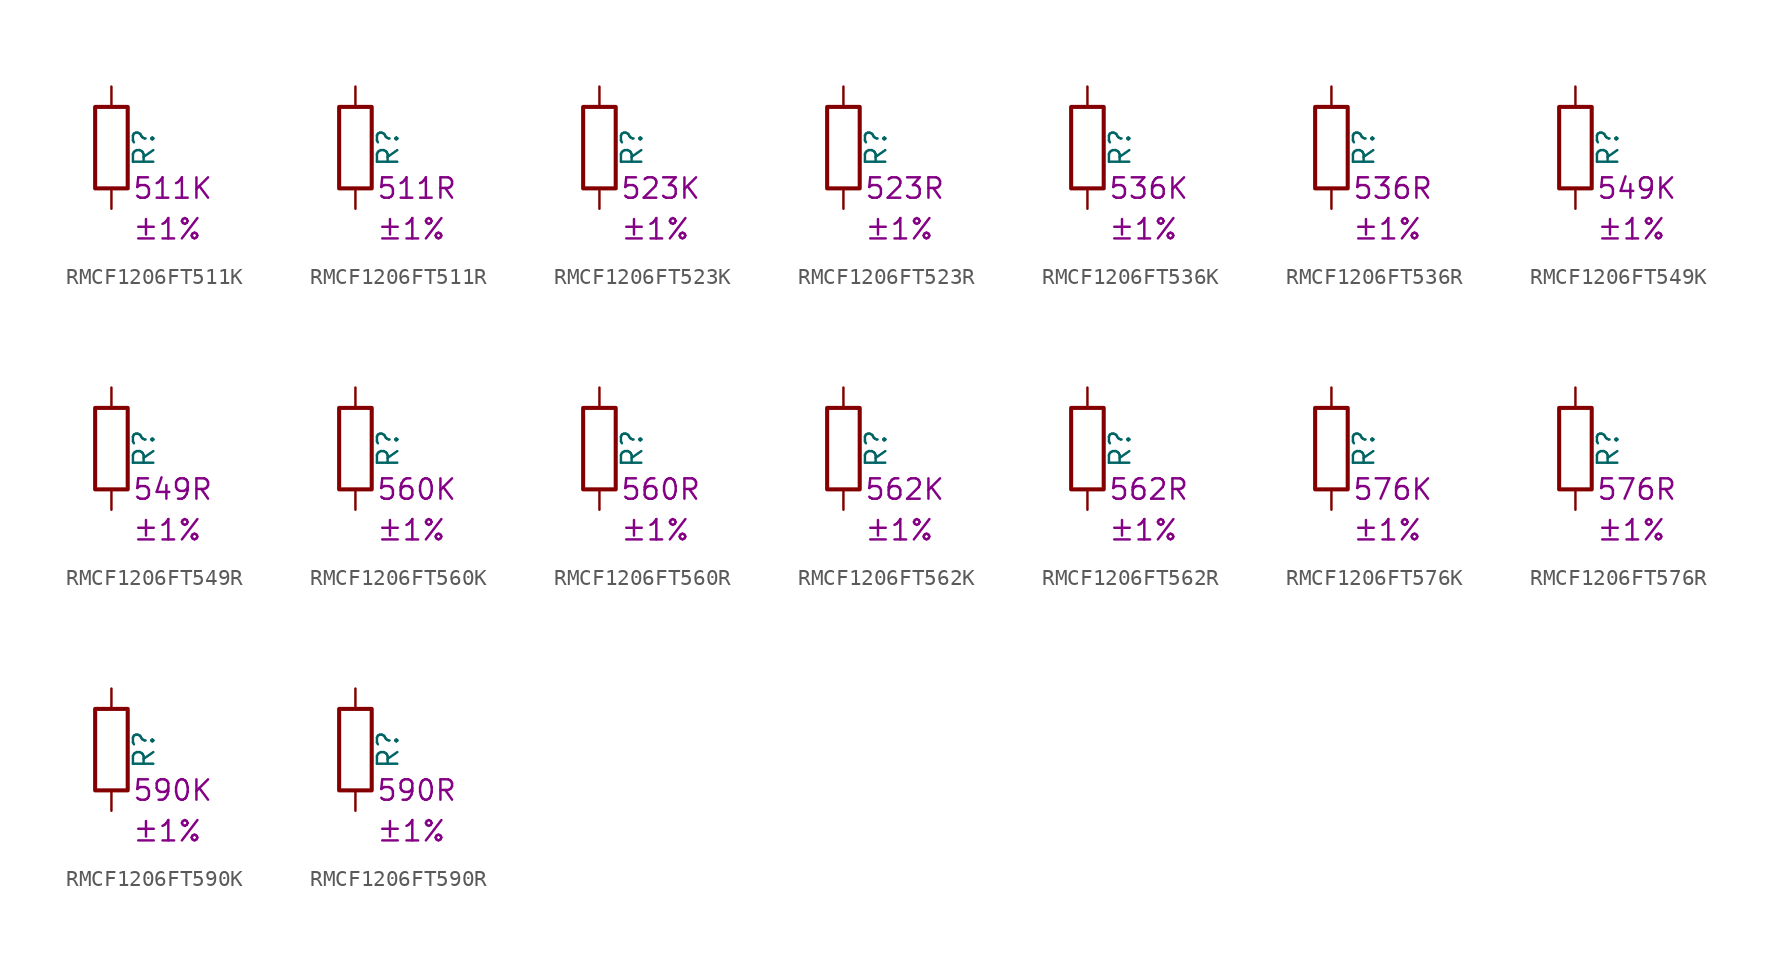
<source format=kicad_sym>
(kicad_symbol_lib
  (version 20220914)
  (generator kicad_symbol_editor)
  (symbol "RMCF1206FT511K"
    (pin_numbers hide)
    (pin_names
      (offset 0))
    (property "Reference" "R"
      (at 2.032 0 90)
      (effects (font (size 1.27 1.27))))
    (property "Resistance" "511K"
      (at 1.27 -2.54 0)
      (effects (font (size 1.27 1.27)) (justify left)))
    (property "Tolerance" "±1%"
      (at 1.27 -5.08 0)
      (effects (font (size 1.27 1.27)) (justify left)))
    (symbol "RMCF1206FT511K_0_1"
      (rectangle (start -1.016 -2.54) (end 1.016 2.54) (stroke (width 0.254) (type default)) (fill (type none))))
    (symbol "RMCF1206FT511K_1_1"
      (pin passive line (at 0 3.81 270) (length 1.27) (name "~" (effects (font (size 1.27 1.27)))) (number "1" (effects (font (size 1.27 1.27)))))
      (pin passive line (at 0 -3.81 90) (length 1.27) (name "~" (effects (font (size 1.27 1.27)))) (number "2" (effects (font (size 1.27 1.27)))))))
  (symbol "RMCF1206FT511R"
    (pin_numbers hide)
    (pin_names
      (offset 0))
    (property "Reference" "R"
      (at 2.032 0 90)
      (effects (font (size 1.27 1.27))))
    (property "Resistance" "511R"
      (at 1.27 -2.54 0)
      (effects (font (size 1.27 1.27)) (justify left)))
    (property "Tolerance" "±1%"
      (at 1.27 -5.08 0)
      (effects (font (size 1.27 1.27)) (justify left)))
    (symbol "RMCF1206FT511R_0_1"
      (rectangle (start -1.016 -2.54) (end 1.016 2.54) (stroke (width 0.254) (type default)) (fill (type none))))
    (symbol "RMCF1206FT511R_1_1"
      (pin passive line (at 0 3.81 270) (length 1.27) (name "~" (effects (font (size 1.27 1.27)))) (number "1" (effects (font (size 1.27 1.27)))))
      (pin passive line (at 0 -3.81 90) (length 1.27) (name "~" (effects (font (size 1.27 1.27)))) (number "2" (effects (font (size 1.27 1.27)))))))
  (symbol "RMCF1206FT523K"
    (pin_numbers hide)
    (pin_names
      (offset 0))
    (property "Reference" "R"
      (at 2.032 0 90)
      (effects (font (size 1.27 1.27))))
    (property "Resistance" "523K"
      (at 1.27 -2.54 0)
      (effects (font (size 1.27 1.27)) (justify left)))
    (property "Tolerance" "±1%"
      (at 1.27 -5.08 0)
      (effects (font (size 1.27 1.27)) (justify left)))
    (symbol "RMCF1206FT523K_0_1"
      (rectangle (start -1.016 -2.54) (end 1.016 2.54) (stroke (width 0.254) (type default)) (fill (type none))))
    (symbol "RMCF1206FT523K_1_1"
      (pin passive line (at 0 3.81 270) (length 1.27) (name "~" (effects (font (size 1.27 1.27)))) (number "1" (effects (font (size 1.27 1.27)))))
      (pin passive line (at 0 -3.81 90) (length 1.27) (name "~" (effects (font (size 1.27 1.27)))) (number "2" (effects (font (size 1.27 1.27)))))))
  (symbol "RMCF1206FT523R"
    (pin_numbers hide)
    (pin_names
      (offset 0))
    (property "Reference" "R"
      (at 2.032 0 90)
      (effects (font (size 1.27 1.27))))
    (property "Resistance" "523R"
      (at 1.27 -2.54 0)
      (effects (font (size 1.27 1.27)) (justify left)))
    (property "Tolerance" "±1%"
      (at 1.27 -5.08 0)
      (effects (font (size 1.27 1.27)) (justify left)))
    (symbol "RMCF1206FT523R_0_1"
      (rectangle (start -1.016 -2.54) (end 1.016 2.54) (stroke (width 0.254) (type default)) (fill (type none))))
    (symbol "RMCF1206FT523R_1_1"
      (pin passive line (at 0 3.81 270) (length 1.27) (name "~" (effects (font (size 1.27 1.27)))) (number "1" (effects (font (size 1.27 1.27)))))
      (pin passive line (at 0 -3.81 90) (length 1.27) (name "~" (effects (font (size 1.27 1.27)))) (number "2" (effects (font (size 1.27 1.27)))))))
  (symbol "RMCF1206FT536K"
    (pin_numbers hide)
    (pin_names
      (offset 0))
    (property "Reference" "R"
      (at 2.032 0 90)
      (effects (font (size 1.27 1.27))))
    (property "Resistance" "536K"
      (at 1.27 -2.54 0)
      (effects (font (size 1.27 1.27)) (justify left)))
    (property "Tolerance" "±1%"
      (at 1.27 -5.08 0)
      (effects (font (size 1.27 1.27)) (justify left)))
    (symbol "RMCF1206FT536K_0_1"
      (rectangle (start -1.016 -2.54) (end 1.016 2.54) (stroke (width 0.254) (type default)) (fill (type none))))
    (symbol "RMCF1206FT536K_1_1"
      (pin passive line (at 0 3.81 270) (length 1.27) (name "~" (effects (font (size 1.27 1.27)))) (number "1" (effects (font (size 1.27 1.27)))))
      (pin passive line (at 0 -3.81 90) (length 1.27) (name "~" (effects (font (size 1.27 1.27)))) (number "2" (effects (font (size 1.27 1.27)))))))
  (symbol "RMCF1206FT536R"
    (pin_numbers hide)
    (pin_names
      (offset 0))
    (property "Reference" "R"
      (at 2.032 0 90)
      (effects (font (size 1.27 1.27))))
    (property "Resistance" "536R"
      (at 1.27 -2.54 0)
      (effects (font (size 1.27 1.27)) (justify left)))
    (property "Tolerance" "±1%"
      (at 1.27 -5.08 0)
      (effects (font (size 1.27 1.27)) (justify left)))
    (symbol "RMCF1206FT536R_0_1"
      (rectangle (start -1.016 -2.54) (end 1.016 2.54) (stroke (width 0.254) (type default)) (fill (type none))))
    (symbol "RMCF1206FT536R_1_1"
      (pin passive line (at 0 3.81 270) (length 1.27) (name "~" (effects (font (size 1.27 1.27)))) (number "1" (effects (font (size 1.27 1.27)))))
      (pin passive line (at 0 -3.81 90) (length 1.27) (name "~" (effects (font (size 1.27 1.27)))) (number "2" (effects (font (size 1.27 1.27)))))))
  (symbol "RMCF1206FT549K"
    (pin_numbers hide)
    (pin_names
      (offset 0))
    (property "Reference" "R"
      (at 2.032 0 90)
      (effects (font (size 1.27 1.27))))
    (property "Resistance" "549K"
      (at 1.27 -2.54 0)
      (effects (font (size 1.27 1.27)) (justify left)))
    (property "Tolerance" "±1%"
      (at 1.27 -5.08 0)
      (effects (font (size 1.27 1.27)) (justify left)))
    (symbol "RMCF1206FT549K_0_1"
      (rectangle (start -1.016 -2.54) (end 1.016 2.54) (stroke (width 0.254) (type default)) (fill (type none))))
    (symbol "RMCF1206FT549K_1_1"
      (pin passive line (at 0 3.81 270) (length 1.27) (name "~" (effects (font (size 1.27 1.27)))) (number "1" (effects (font (size 1.27 1.27)))))
      (pin passive line (at 0 -3.81 90) (length 1.27) (name "~" (effects (font (size 1.27 1.27)))) (number "2" (effects (font (size 1.27 1.27)))))))
  (symbol "RMCF1206FT549R"
    (pin_numbers hide)
    (pin_names
      (offset 0))
    (property "Reference" "R"
      (at 2.032 0 90)
      (effects (font (size 1.27 1.27))))
    (property "Resistance" "549R"
      (at 1.27 -2.54 0)
      (effects (font (size 1.27 1.27)) (justify left)))
    (property "Tolerance" "±1%"
      (at 1.27 -5.08 0)
      (effects (font (size 1.27 1.27)) (justify left)))
    (symbol "RMCF1206FT549R_0_1"
      (rectangle (start -1.016 -2.54) (end 1.016 2.54) (stroke (width 0.254) (type default)) (fill (type none))))
    (symbol "RMCF1206FT549R_1_1"
      (pin passive line (at 0 3.81 270) (length 1.27) (name "~" (effects (font (size 1.27 1.27)))) (number "1" (effects (font (size 1.27 1.27)))))
      (pin passive line (at 0 -3.81 90) (length 1.27) (name "~" (effects (font (size 1.27 1.27)))) (number "2" (effects (font (size 1.27 1.27)))))))
  (symbol "RMCF1206FT560K"
    (pin_numbers hide)
    (pin_names
      (offset 0))
    (property "Reference" "R"
      (at 2.032 0 90)
      (effects (font (size 1.27 1.27))))
    (property "Resistance" "560K"
      (at 1.27 -2.54 0)
      (effects (font (size 1.27 1.27)) (justify left)))
    (property "Tolerance" "±1%"
      (at 1.27 -5.08 0)
      (effects (font (size 1.27 1.27)) (justify left)))
    (symbol "RMCF1206FT560K_0_1"
      (rectangle (start -1.016 -2.54) (end 1.016 2.54) (stroke (width 0.254) (type default)) (fill (type none))))
    (symbol "RMCF1206FT560K_1_1"
      (pin passive line (at 0 3.81 270) (length 1.27) (name "~" (effects (font (size 1.27 1.27)))) (number "1" (effects (font (size 1.27 1.27)))))
      (pin passive line (at 0 -3.81 90) (length 1.27) (name "~" (effects (font (size 1.27 1.27)))) (number "2" (effects (font (size 1.27 1.27)))))))
  (symbol "RMCF1206FT560R"
    (pin_numbers hide)
    (pin_names
      (offset 0))
    (property "Reference" "R"
      (at 2.032 0 90)
      (effects (font (size 1.27 1.27))))
    (property "Resistance" "560R"
      (at 1.27 -2.54 0)
      (effects (font (size 1.27 1.27)) (justify left)))
    (property "Tolerance" "±1%"
      (at 1.27 -5.08 0)
      (effects (font (size 1.27 1.27)) (justify left)))
    (symbol "RMCF1206FT560R_0_1"
      (rectangle (start -1.016 -2.54) (end 1.016 2.54) (stroke (width 0.254) (type default)) (fill (type none))))
    (symbol "RMCF1206FT560R_1_1"
      (pin passive line (at 0 3.81 270) (length 1.27) (name "~" (effects (font (size 1.27 1.27)))) (number "1" (effects (font (size 1.27 1.27)))))
      (pin passive line (at 0 -3.81 90) (length 1.27) (name "~" (effects (font (size 1.27 1.27)))) (number "2" (effects (font (size 1.27 1.27)))))))
  (symbol "RMCF1206FT562K"
    (pin_numbers hide)
    (pin_names
      (offset 0))
    (property "Reference" "R"
      (at 2.032 0 90)
      (effects (font (size 1.27 1.27))))
    (property "Resistance" "562K"
      (at 1.27 -2.54 0)
      (effects (font (size 1.27 1.27)) (justify left)))
    (property "Tolerance" "±1%"
      (at 1.27 -5.08 0)
      (effects (font (size 1.27 1.27)) (justify left)))
    (symbol "RMCF1206FT562K_0_1"
      (rectangle (start -1.016 -2.54) (end 1.016 2.54) (stroke (width 0.254) (type default)) (fill (type none))))
    (symbol "RMCF1206FT562K_1_1"
      (pin passive line (at 0 3.81 270) (length 1.27) (name "~" (effects (font (size 1.27 1.27)))) (number "1" (effects (font (size 1.27 1.27)))))
      (pin passive line (at 0 -3.81 90) (length 1.27) (name "~" (effects (font (size 1.27 1.27)))) (number "2" (effects (font (size 1.27 1.27)))))))
  (symbol "RMCF1206FT562R"
    (pin_numbers hide)
    (pin_names
      (offset 0))
    (property "Reference" "R"
      (at 2.032 0 90)
      (effects (font (size 1.27 1.27))))
    (property "Resistance" "562R"
      (at 1.27 -2.54 0)
      (effects (font (size 1.27 1.27)) (justify left)))
    (property "Tolerance" "±1%"
      (at 1.27 -5.08 0)
      (effects (font (size 1.27 1.27)) (justify left)))
    (symbol "RMCF1206FT562R_0_1"
      (rectangle (start -1.016 -2.54) (end 1.016 2.54) (stroke (width 0.254) (type default)) (fill (type none))))
    (symbol "RMCF1206FT562R_1_1"
      (pin passive line (at 0 3.81 270) (length 1.27) (name "~" (effects (font (size 1.27 1.27)))) (number "1" (effects (font (size 1.27 1.27)))))
      (pin passive line (at 0 -3.81 90) (length 1.27) (name "~" (effects (font (size 1.27 1.27)))) (number "2" (effects (font (size 1.27 1.27)))))))
  (symbol "RMCF1206FT576K"
    (pin_numbers hide)
    (pin_names
      (offset 0))
    (property "Reference" "R"
      (at 2.032 0 90)
      (effects (font (size 1.27 1.27))))
    (property "Resistance" "576K"
      (at 1.27 -2.54 0)
      (effects (font (size 1.27 1.27)) (justify left)))
    (property "Tolerance" "±1%"
      (at 1.27 -5.08 0)
      (effects (font (size 1.27 1.27)) (justify left)))
    (symbol "RMCF1206FT576K_0_1"
      (rectangle (start -1.016 -2.54) (end 1.016 2.54) (stroke (width 0.254) (type default)) (fill (type none))))
    (symbol "RMCF1206FT576K_1_1"
      (pin passive line (at 0 3.81 270) (length 1.27) (name "~" (effects (font (size 1.27 1.27)))) (number "1" (effects (font (size 1.27 1.27)))))
      (pin passive line (at 0 -3.81 90) (length 1.27) (name "~" (effects (font (size 1.27 1.27)))) (number "2" (effects (font (size 1.27 1.27)))))))
  (symbol "RMCF1206FT576R"
    (pin_numbers hide)
    (pin_names
      (offset 0))
    (property "Reference" "R"
      (at 2.032 0 90)
      (effects (font (size 1.27 1.27))))
    (property "Resistance" "576R"
      (at 1.27 -2.54 0)
      (effects (font (size 1.27 1.27)) (justify left)))
    (property "Tolerance" "±1%"
      (at 1.27 -5.08 0)
      (effects (font (size 1.27 1.27)) (justify left)))
    (symbol "RMCF1206FT576R_0_1"
      (rectangle (start -1.016 -2.54) (end 1.016 2.54) (stroke (width 0.254) (type default)) (fill (type none))))
    (symbol "RMCF1206FT576R_1_1"
      (pin passive line (at 0 3.81 270) (length 1.27) (name "~" (effects (font (size 1.27 1.27)))) (number "1" (effects (font (size 1.27 1.27)))))
      (pin passive line (at 0 -3.81 90) (length 1.27) (name "~" (effects (font (size 1.27 1.27)))) (number "2" (effects (font (size 1.27 1.27)))))))
  (symbol "RMCF1206FT590K"
    (pin_numbers hide)
    (pin_names
      (offset 0))
    (property "Reference" "R"
      (at 2.032 0 90)
      (effects (font (size 1.27 1.27))))
    (property "Resistance" "590K"
      (at 1.27 -2.54 0)
      (effects (font (size 1.27 1.27)) (justify left)))
    (property "Tolerance" "±1%"
      (at 1.27 -5.08 0)
      (effects (font (size 1.27 1.27)) (justify left)))
    (symbol "RMCF1206FT590K_0_1"
      (rectangle (start -1.016 -2.54) (end 1.016 2.54) (stroke (width 0.254) (type default)) (fill (type none))))
    (symbol "RMCF1206FT590K_1_1"
      (pin passive line (at 0 3.81 270) (length 1.27) (name "~" (effects (font (size 1.27 1.27)))) (number "1" (effects (font (size 1.27 1.27)))))
      (pin passive line (at 0 -3.81 90) (length 1.27) (name "~" (effects (font (size 1.27 1.27)))) (number "2" (effects (font (size 1.27 1.27)))))))
  (symbol "RMCF1206FT590R"
    (pin_numbers hide)
    (pin_names
      (offset 0))
    (property "Reference" "R"
      (at 2.032 0 90)
      (effects (font (size 1.27 1.27))))
    (property "Resistance" "590R"
      (at 1.27 -2.54 0)
      (effects (font (size 1.27 1.27)) (justify left)))
    (property "Tolerance" "±1%"
      (at 1.27 -5.08 0)
      (effects (font (size 1.27 1.27)) (justify left)))
    (symbol "RMCF1206FT590R_0_1"
      (rectangle (start -1.016 -2.54) (end 1.016 2.54) (stroke (width 0.254) (type default)) (fill (type none))))
    (symbol "RMCF1206FT590R_1_1"
      (pin passive line (at 0 3.81 270) (length 1.27) (name "~" (effects (font (size 1.27 1.27)))) (number "1" (effects (font (size 1.27 1.27)))))
      (pin passive line (at 0 -3.81 90) (length 1.27) (name "~" (effects (font (size 1.27 1.27)))) (number "2" (effects (font (size 1.27 1.27))))))))
</source>
